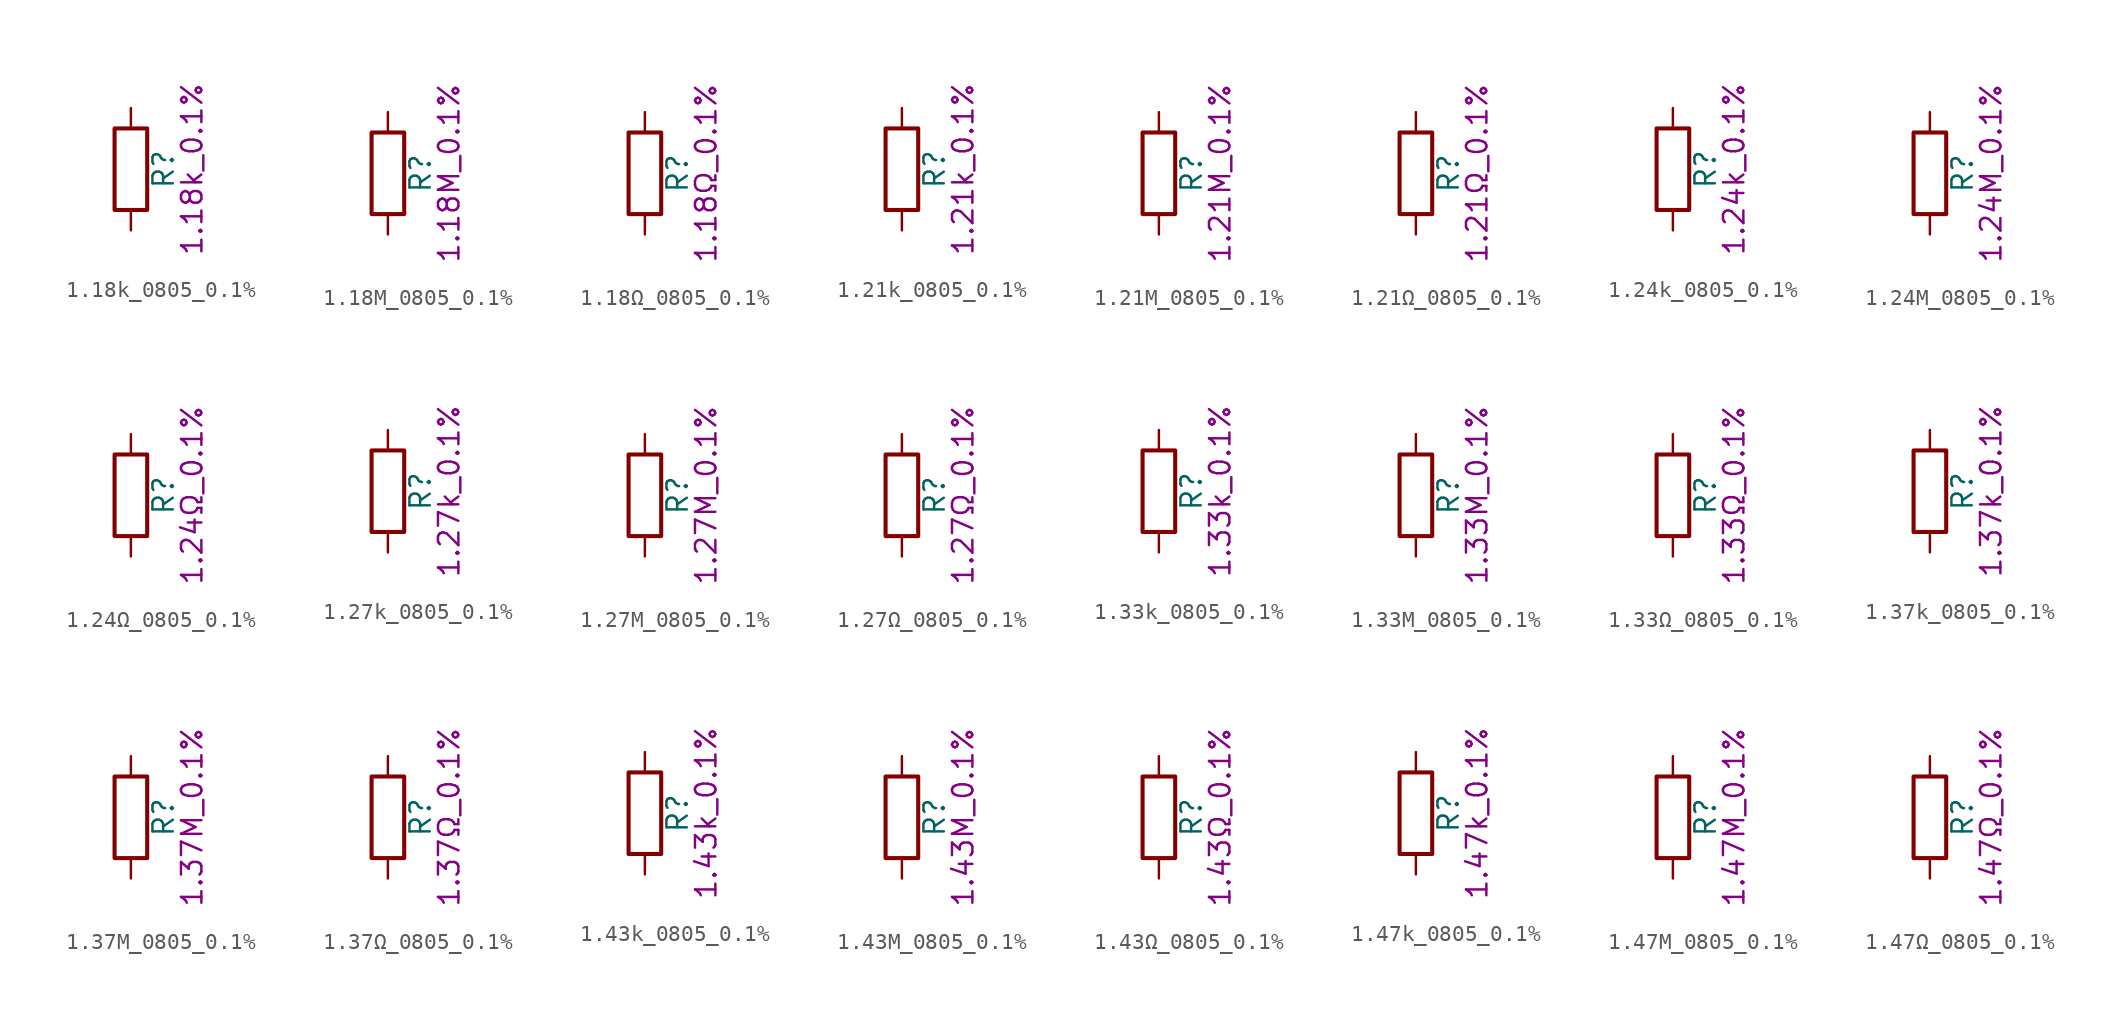
<source format=kicad_sym>
(kicad_symbol_lib
  (version 20211014)
  (generator kicad_symbol_editor)
  (symbol "1.18k_0805_0.1%"
    (pin_numbers hide)
    (pin_names
      (offset 0))
    (property "Reference" "R"
      (at 2.032 0 90)
      (effects (font (size 1.27 1.27))))
    (property "Display" "1.18k_0.1%"
      (at 3.81 0 90)
      (effects (font (size 1.27 1.27))))
    (symbol "1.18k_0805_0.1%_0_1"
      (rectangle (start -1.016 -2.54) (end 1.016 2.54) (stroke (width 0.254) (type default) (color 0 0 0 0)) (fill (type none))))
    (symbol "1.18k_0805_0.1%_1_1"
      (pin passive line (at 0 3.81 270) (length 1.27) (name "~" (effects (font (size 1.27 1.27)))) (number "1" (effects (font (size 1.27 1.27)))))
      (pin passive line (at 0 -3.81 90) (length 1.27) (name "~" (effects (font (size 1.27 1.27)))) (number "2" (effects (font (size 1.27 1.27)))))))
  (symbol "1.18M_0805_0.1%"
    (pin_numbers hide)
    (pin_names
      (offset 0))
    (property "Reference" "R"
      (at 2.032 0 90)
      (effects (font (size 1.27 1.27))))
    (property "Display" "1.18M_0.1%"
      (at 3.81 0 90)
      (effects (font (size 1.27 1.27))))
    (symbol "1.18M_0805_0.1%_0_1"
      (rectangle (start -1.016 -2.54) (end 1.016 2.54) (stroke (width 0.254) (type default) (color 0 0 0 0)) (fill (type none))))
    (symbol "1.18M_0805_0.1%_1_1"
      (pin passive line (at 0 3.81 270) (length 1.27) (name "~" (effects (font (size 1.27 1.27)))) (number "1" (effects (font (size 1.27 1.27)))))
      (pin passive line (at 0 -3.81 90) (length 1.27) (name "~" (effects (font (size 1.27 1.27)))) (number "2" (effects (font (size 1.27 1.27)))))))
  (symbol "1.18Ω_0805_0.1%"
    (pin_numbers hide)
    (pin_names
      (offset 0))
    (property "Reference" "R"
      (at 2.032 0 90)
      (effects (font (size 1.27 1.27))))
    (property "Display" "1.18Ω_0.1%"
      (at 3.81 0 90)
      (effects (font (size 1.27 1.27))))
    (symbol "1.18Ω_0805_0.1%_0_1"
      (rectangle (start -1.016 -2.54) (end 1.016 2.54) (stroke (width 0.254) (type default) (color 0 0 0 0)) (fill (type none))))
    (symbol "1.18Ω_0805_0.1%_1_1"
      (pin passive line (at 0 3.81 270) (length 1.27) (name "~" (effects (font (size 1.27 1.27)))) (number "1" (effects (font (size 1.27 1.27)))))
      (pin passive line (at 0 -3.81 90) (length 1.27) (name "~" (effects (font (size 1.27 1.27)))) (number "2" (effects (font (size 1.27 1.27)))))))
  (symbol "1.21k_0805_0.1%"
    (pin_numbers hide)
    (pin_names
      (offset 0))
    (property "Reference" "R"
      (at 2.032 0 90)
      (effects (font (size 1.27 1.27))))
    (property "Display" "1.21k_0.1%"
      (at 3.81 0 90)
      (effects (font (size 1.27 1.27))))
    (symbol "1.21k_0805_0.1%_0_1"
      (rectangle (start -1.016 -2.54) (end 1.016 2.54) (stroke (width 0.254) (type default) (color 0 0 0 0)) (fill (type none))))
    (symbol "1.21k_0805_0.1%_1_1"
      (pin passive line (at 0 3.81 270) (length 1.27) (name "~" (effects (font (size 1.27 1.27)))) (number "1" (effects (font (size 1.27 1.27)))))
      (pin passive line (at 0 -3.81 90) (length 1.27) (name "~" (effects (font (size 1.27 1.27)))) (number "2" (effects (font (size 1.27 1.27)))))))
  (symbol "1.21M_0805_0.1%"
    (pin_numbers hide)
    (pin_names
      (offset 0))
    (property "Reference" "R"
      (at 2.032 0 90)
      (effects (font (size 1.27 1.27))))
    (property "Display" "1.21M_0.1%"
      (at 3.81 0 90)
      (effects (font (size 1.27 1.27))))
    (symbol "1.21M_0805_0.1%_0_1"
      (rectangle (start -1.016 -2.54) (end 1.016 2.54) (stroke (width 0.254) (type default) (color 0 0 0 0)) (fill (type none))))
    (symbol "1.21M_0805_0.1%_1_1"
      (pin passive line (at 0 3.81 270) (length 1.27) (name "~" (effects (font (size 1.27 1.27)))) (number "1" (effects (font (size 1.27 1.27)))))
      (pin passive line (at 0 -3.81 90) (length 1.27) (name "~" (effects (font (size 1.27 1.27)))) (number "2" (effects (font (size 1.27 1.27)))))))
  (symbol "1.21Ω_0805_0.1%"
    (pin_numbers hide)
    (pin_names
      (offset 0))
    (property "Reference" "R"
      (at 2.032 0 90)
      (effects (font (size 1.27 1.27))))
    (property "Display" "1.21Ω_0.1%"
      (at 3.81 0 90)
      (effects (font (size 1.27 1.27))))
    (symbol "1.21Ω_0805_0.1%_0_1"
      (rectangle (start -1.016 -2.54) (end 1.016 2.54) (stroke (width 0.254) (type default) (color 0 0 0 0)) (fill (type none))))
    (symbol "1.21Ω_0805_0.1%_1_1"
      (pin passive line (at 0 3.81 270) (length 1.27) (name "~" (effects (font (size 1.27 1.27)))) (number "1" (effects (font (size 1.27 1.27)))))
      (pin passive line (at 0 -3.81 90) (length 1.27) (name "~" (effects (font (size 1.27 1.27)))) (number "2" (effects (font (size 1.27 1.27)))))))
  (symbol "1.24k_0805_0.1%"
    (pin_numbers hide)
    (pin_names
      (offset 0))
    (property "Reference" "R"
      (at 2.032 0 90)
      (effects (font (size 1.27 1.27))))
    (property "Display" "1.24k_0.1%"
      (at 3.81 0 90)
      (effects (font (size 1.27 1.27))))
    (symbol "1.24k_0805_0.1%_0_1"
      (rectangle (start -1.016 -2.54) (end 1.016 2.54) (stroke (width 0.254) (type default) (color 0 0 0 0)) (fill (type none))))
    (symbol "1.24k_0805_0.1%_1_1"
      (pin passive line (at 0 3.81 270) (length 1.27) (name "~" (effects (font (size 1.27 1.27)))) (number "1" (effects (font (size 1.27 1.27)))))
      (pin passive line (at 0 -3.81 90) (length 1.27) (name "~" (effects (font (size 1.27 1.27)))) (number "2" (effects (font (size 1.27 1.27)))))))
  (symbol "1.24M_0805_0.1%"
    (pin_numbers hide)
    (pin_names
      (offset 0))
    (property "Reference" "R"
      (at 2.032 0 90)
      (effects (font (size 1.27 1.27))))
    (property "Display" "1.24M_0.1%"
      (at 3.81 0 90)
      (effects (font (size 1.27 1.27))))
    (symbol "1.24M_0805_0.1%_0_1"
      (rectangle (start -1.016 -2.54) (end 1.016 2.54) (stroke (width 0.254) (type default) (color 0 0 0 0)) (fill (type none))))
    (symbol "1.24M_0805_0.1%_1_1"
      (pin passive line (at 0 3.81 270) (length 1.27) (name "~" (effects (font (size 1.27 1.27)))) (number "1" (effects (font (size 1.27 1.27)))))
      (pin passive line (at 0 -3.81 90) (length 1.27) (name "~" (effects (font (size 1.27 1.27)))) (number "2" (effects (font (size 1.27 1.27)))))))
  (symbol "1.24Ω_0805_0.1%"
    (pin_numbers hide)
    (pin_names
      (offset 0))
    (property "Reference" "R"
      (at 2.032 0 90)
      (effects (font (size 1.27 1.27))))
    (property "Display" "1.24Ω_0.1%"
      (at 3.81 0 90)
      (effects (font (size 1.27 1.27))))
    (symbol "1.24Ω_0805_0.1%_0_1"
      (rectangle (start -1.016 -2.54) (end 1.016 2.54) (stroke (width 0.254) (type default) (color 0 0 0 0)) (fill (type none))))
    (symbol "1.24Ω_0805_0.1%_1_1"
      (pin passive line (at 0 3.81 270) (length 1.27) (name "~" (effects (font (size 1.27 1.27)))) (number "1" (effects (font (size 1.27 1.27)))))
      (pin passive line (at 0 -3.81 90) (length 1.27) (name "~" (effects (font (size 1.27 1.27)))) (number "2" (effects (font (size 1.27 1.27)))))))
  (symbol "1.27k_0805_0.1%"
    (pin_numbers hide)
    (pin_names
      (offset 0))
    (property "Reference" "R"
      (at 2.032 0 90)
      (effects (font (size 1.27 1.27))))
    (property "Display" "1.27k_0.1%"
      (at 3.81 0 90)
      (effects (font (size 1.27 1.27))))
    (symbol "1.27k_0805_0.1%_0_1"
      (rectangle (start -1.016 -2.54) (end 1.016 2.54) (stroke (width 0.254) (type default) (color 0 0 0 0)) (fill (type none))))
    (symbol "1.27k_0805_0.1%_1_1"
      (pin passive line (at 0 3.81 270) (length 1.27) (name "~" (effects (font (size 1.27 1.27)))) (number "1" (effects (font (size 1.27 1.27)))))
      (pin passive line (at 0 -3.81 90) (length 1.27) (name "~" (effects (font (size 1.27 1.27)))) (number "2" (effects (font (size 1.27 1.27)))))))
  (symbol "1.27M_0805_0.1%"
    (pin_numbers hide)
    (pin_names
      (offset 0))
    (property "Reference" "R"
      (at 2.032 0 90)
      (effects (font (size 1.27 1.27))))
    (property "Display" "1.27M_0.1%"
      (at 3.81 0 90)
      (effects (font (size 1.27 1.27))))
    (symbol "1.27M_0805_0.1%_0_1"
      (rectangle (start -1.016 -2.54) (end 1.016 2.54) (stroke (width 0.254) (type default) (color 0 0 0 0)) (fill (type none))))
    (symbol "1.27M_0805_0.1%_1_1"
      (pin passive line (at 0 3.81 270) (length 1.27) (name "~" (effects (font (size 1.27 1.27)))) (number "1" (effects (font (size 1.27 1.27)))))
      (pin passive line (at 0 -3.81 90) (length 1.27) (name "~" (effects (font (size 1.27 1.27)))) (number "2" (effects (font (size 1.27 1.27)))))))
  (symbol "1.27Ω_0805_0.1%"
    (pin_numbers hide)
    (pin_names
      (offset 0))
    (property "Reference" "R"
      (at 2.032 0 90)
      (effects (font (size 1.27 1.27))))
    (property "Display" "1.27Ω_0.1%"
      (at 3.81 0 90)
      (effects (font (size 1.27 1.27))))
    (symbol "1.27Ω_0805_0.1%_0_1"
      (rectangle (start -1.016 -2.54) (end 1.016 2.54) (stroke (width 0.254) (type default) (color 0 0 0 0)) (fill (type none))))
    (symbol "1.27Ω_0805_0.1%_1_1"
      (pin passive line (at 0 3.81 270) (length 1.27) (name "~" (effects (font (size 1.27 1.27)))) (number "1" (effects (font (size 1.27 1.27)))))
      (pin passive line (at 0 -3.81 90) (length 1.27) (name "~" (effects (font (size 1.27 1.27)))) (number "2" (effects (font (size 1.27 1.27)))))))
  (symbol "1.33k_0805_0.1%"
    (pin_numbers hide)
    (pin_names
      (offset 0))
    (property "Reference" "R"
      (at 2.032 0 90)
      (effects (font (size 1.27 1.27))))
    (property "Display" "1.33k_0.1%"
      (at 3.81 0 90)
      (effects (font (size 1.27 1.27))))
    (symbol "1.33k_0805_0.1%_0_1"
      (rectangle (start -1.016 -2.54) (end 1.016 2.54) (stroke (width 0.254) (type default) (color 0 0 0 0)) (fill (type none))))
    (symbol "1.33k_0805_0.1%_1_1"
      (pin passive line (at 0 3.81 270) (length 1.27) (name "~" (effects (font (size 1.27 1.27)))) (number "1" (effects (font (size 1.27 1.27)))))
      (pin passive line (at 0 -3.81 90) (length 1.27) (name "~" (effects (font (size 1.27 1.27)))) (number "2" (effects (font (size 1.27 1.27)))))))
  (symbol "1.33M_0805_0.1%"
    (pin_numbers hide)
    (pin_names
      (offset 0))
    (property "Reference" "R"
      (at 2.032 0 90)
      (effects (font (size 1.27 1.27))))
    (property "Display" "1.33M_0.1%"
      (at 3.81 0 90)
      (effects (font (size 1.27 1.27))))
    (symbol "1.33M_0805_0.1%_0_1"
      (rectangle (start -1.016 -2.54) (end 1.016 2.54) (stroke (width 0.254) (type default) (color 0 0 0 0)) (fill (type none))))
    (symbol "1.33M_0805_0.1%_1_1"
      (pin passive line (at 0 3.81 270) (length 1.27) (name "~" (effects (font (size 1.27 1.27)))) (number "1" (effects (font (size 1.27 1.27)))))
      (pin passive line (at 0 -3.81 90) (length 1.27) (name "~" (effects (font (size 1.27 1.27)))) (number "2" (effects (font (size 1.27 1.27)))))))
  (symbol "1.33Ω_0805_0.1%"
    (pin_numbers hide)
    (pin_names
      (offset 0))
    (property "Reference" "R"
      (at 2.032 0 90)
      (effects (font (size 1.27 1.27))))
    (property "Display" "1.33Ω_0.1%"
      (at 3.81 0 90)
      (effects (font (size 1.27 1.27))))
    (symbol "1.33Ω_0805_0.1%_0_1"
      (rectangle (start -1.016 -2.54) (end 1.016 2.54) (stroke (width 0.254) (type default) (color 0 0 0 0)) (fill (type none))))
    (symbol "1.33Ω_0805_0.1%_1_1"
      (pin passive line (at 0 3.81 270) (length 1.27) (name "~" (effects (font (size 1.27 1.27)))) (number "1" (effects (font (size 1.27 1.27)))))
      (pin passive line (at 0 -3.81 90) (length 1.27) (name "~" (effects (font (size 1.27 1.27)))) (number "2" (effects (font (size 1.27 1.27)))))))
  (symbol "1.37k_0805_0.1%"
    (pin_numbers hide)
    (pin_names
      (offset 0))
    (property "Reference" "R"
      (at 2.032 0 90)
      (effects (font (size 1.27 1.27))))
    (property "Display" "1.37k_0.1%"
      (at 3.81 0 90)
      (effects (font (size 1.27 1.27))))
    (symbol "1.37k_0805_0.1%_0_1"
      (rectangle (start -1.016 -2.54) (end 1.016 2.54) (stroke (width 0.254) (type default) (color 0 0 0 0)) (fill (type none))))
    (symbol "1.37k_0805_0.1%_1_1"
      (pin passive line (at 0 3.81 270) (length 1.27) (name "~" (effects (font (size 1.27 1.27)))) (number "1" (effects (font (size 1.27 1.27)))))
      (pin passive line (at 0 -3.81 90) (length 1.27) (name "~" (effects (font (size 1.27 1.27)))) (number "2" (effects (font (size 1.27 1.27)))))))
  (symbol "1.37M_0805_0.1%"
    (pin_numbers hide)
    (pin_names
      (offset 0))
    (property "Reference" "R"
      (at 2.032 0 90)
      (effects (font (size 1.27 1.27))))
    (property "Display" "1.37M_0.1%"
      (at 3.81 0 90)
      (effects (font (size 1.27 1.27))))
    (symbol "1.37M_0805_0.1%_0_1"
      (rectangle (start -1.016 -2.54) (end 1.016 2.54) (stroke (width 0.254) (type default) (color 0 0 0 0)) (fill (type none))))
    (symbol "1.37M_0805_0.1%_1_1"
      (pin passive line (at 0 3.81 270) (length 1.27) (name "~" (effects (font (size 1.27 1.27)))) (number "1" (effects (font (size 1.27 1.27)))))
      (pin passive line (at 0 -3.81 90) (length 1.27) (name "~" (effects (font (size 1.27 1.27)))) (number "2" (effects (font (size 1.27 1.27)))))))
  (symbol "1.37Ω_0805_0.1%"
    (pin_numbers hide)
    (pin_names
      (offset 0))
    (property "Reference" "R"
      (at 2.032 0 90)
      (effects (font (size 1.27 1.27))))
    (property "Display" "1.37Ω_0.1%"
      (at 3.81 0 90)
      (effects (font (size 1.27 1.27))))
    (symbol "1.37Ω_0805_0.1%_0_1"
      (rectangle (start -1.016 -2.54) (end 1.016 2.54) (stroke (width 0.254) (type default) (color 0 0 0 0)) (fill (type none))))
    (symbol "1.37Ω_0805_0.1%_1_1"
      (pin passive line (at 0 3.81 270) (length 1.27) (name "~" (effects (font (size 1.27 1.27)))) (number "1" (effects (font (size 1.27 1.27)))))
      (pin passive line (at 0 -3.81 90) (length 1.27) (name "~" (effects (font (size 1.27 1.27)))) (number "2" (effects (font (size 1.27 1.27)))))))
  (symbol "1.43k_0805_0.1%"
    (pin_numbers hide)
    (pin_names
      (offset 0))
    (property "Reference" "R"
      (at 2.032 0 90)
      (effects (font (size 1.27 1.27))))
    (property "Display" "1.43k_0.1%"
      (at 3.81 0 90)
      (effects (font (size 1.27 1.27))))
    (symbol "1.43k_0805_0.1%_0_1"
      (rectangle (start -1.016 -2.54) (end 1.016 2.54) (stroke (width 0.254) (type default) (color 0 0 0 0)) (fill (type none))))
    (symbol "1.43k_0805_0.1%_1_1"
      (pin passive line (at 0 3.81 270) (length 1.27) (name "~" (effects (font (size 1.27 1.27)))) (number "1" (effects (font (size 1.27 1.27)))))
      (pin passive line (at 0 -3.81 90) (length 1.27) (name "~" (effects (font (size 1.27 1.27)))) (number "2" (effects (font (size 1.27 1.27)))))))
  (symbol "1.43M_0805_0.1%"
    (pin_numbers hide)
    (pin_names
      (offset 0))
    (property "Reference" "R"
      (at 2.032 0 90)
      (effects (font (size 1.27 1.27))))
    (property "Display" "1.43M_0.1%"
      (at 3.81 0 90)
      (effects (font (size 1.27 1.27))))
    (symbol "1.43M_0805_0.1%_0_1"
      (rectangle (start -1.016 -2.54) (end 1.016 2.54) (stroke (width 0.254) (type default) (color 0 0 0 0)) (fill (type none))))
    (symbol "1.43M_0805_0.1%_1_1"
      (pin passive line (at 0 3.81 270) (length 1.27) (name "~" (effects (font (size 1.27 1.27)))) (number "1" (effects (font (size 1.27 1.27)))))
      (pin passive line (at 0 -3.81 90) (length 1.27) (name "~" (effects (font (size 1.27 1.27)))) (number "2" (effects (font (size 1.27 1.27)))))))
  (symbol "1.43Ω_0805_0.1%"
    (pin_numbers hide)
    (pin_names
      (offset 0))
    (property "Reference" "R"
      (at 2.032 0 90)
      (effects (font (size 1.27 1.27))))
    (property "Display" "1.43Ω_0.1%"
      (at 3.81 0 90)
      (effects (font (size 1.27 1.27))))
    (symbol "1.43Ω_0805_0.1%_0_1"
      (rectangle (start -1.016 -2.54) (end 1.016 2.54) (stroke (width 0.254) (type default) (color 0 0 0 0)) (fill (type none))))
    (symbol "1.43Ω_0805_0.1%_1_1"
      (pin passive line (at 0 3.81 270) (length 1.27) (name "~" (effects (font (size 1.27 1.27)))) (number "1" (effects (font (size 1.27 1.27)))))
      (pin passive line (at 0 -3.81 90) (length 1.27) (name "~" (effects (font (size 1.27 1.27)))) (number "2" (effects (font (size 1.27 1.27)))))))
  (symbol "1.47k_0805_0.1%"
    (pin_numbers hide)
    (pin_names
      (offset 0))
    (property "Reference" "R"
      (at 2.032 0 90)
      (effects (font (size 1.27 1.27))))
    (property "Display" "1.47k_0.1%"
      (at 3.81 0 90)
      (effects (font (size 1.27 1.27))))
    (symbol "1.47k_0805_0.1%_0_1"
      (rectangle (start -1.016 -2.54) (end 1.016 2.54) (stroke (width 0.254) (type default) (color 0 0 0 0)) (fill (type none))))
    (symbol "1.47k_0805_0.1%_1_1"
      (pin passive line (at 0 3.81 270) (length 1.27) (name "~" (effects (font (size 1.27 1.27)))) (number "1" (effects (font (size 1.27 1.27)))))
      (pin passive line (at 0 -3.81 90) (length 1.27) (name "~" (effects (font (size 1.27 1.27)))) (number "2" (effects (font (size 1.27 1.27)))))))
  (symbol "1.47M_0805_0.1%"
    (pin_numbers hide)
    (pin_names
      (offset 0))
    (property "Reference" "R"
      (at 2.032 0 90)
      (effects (font (size 1.27 1.27))))
    (property "Display" "1.47M_0.1%"
      (at 3.81 0 90)
      (effects (font (size 1.27 1.27))))
    (symbol "1.47M_0805_0.1%_0_1"
      (rectangle (start -1.016 -2.54) (end 1.016 2.54) (stroke (width 0.254) (type default) (color 0 0 0 0)) (fill (type none))))
    (symbol "1.47M_0805_0.1%_1_1"
      (pin passive line (at 0 3.81 270) (length 1.27) (name "~" (effects (font (size 1.27 1.27)))) (number "1" (effects (font (size 1.27 1.27)))))
      (pin passive line (at 0 -3.81 90) (length 1.27) (name "~" (effects (font (size 1.27 1.27)))) (number "2" (effects (font (size 1.27 1.27)))))))
  (symbol "1.47Ω_0805_0.1%"
    (pin_numbers hide)
    (pin_names
      (offset 0))
    (property "Reference" "R"
      (at 2.032 0 90)
      (effects (font (size 1.27 1.27))))
    (property "Display" "1.47Ω_0.1%"
      (at 3.81 0 90)
      (effects (font (size 1.27 1.27))))
    (symbol "1.47Ω_0805_0.1%_0_1"
      (rectangle (start -1.016 -2.54) (end 1.016 2.54) (stroke (width 0.254) (type default) (color 0 0 0 0)) (fill (type none))))
    (symbol "1.47Ω_0805_0.1%_1_1"
      (pin passive line (at 0 3.81 270) (length 1.27) (name "~" (effects (font (size 1.27 1.27)))) (number "1" (effects (font (size 1.27 1.27)))))
      (pin passive line (at 0 -3.81 90) (length 1.27) (name "~" (effects (font (size 1.27 1.27)))) (number "2" (effects (font (size 1.27 1.27))))))))
</source>
